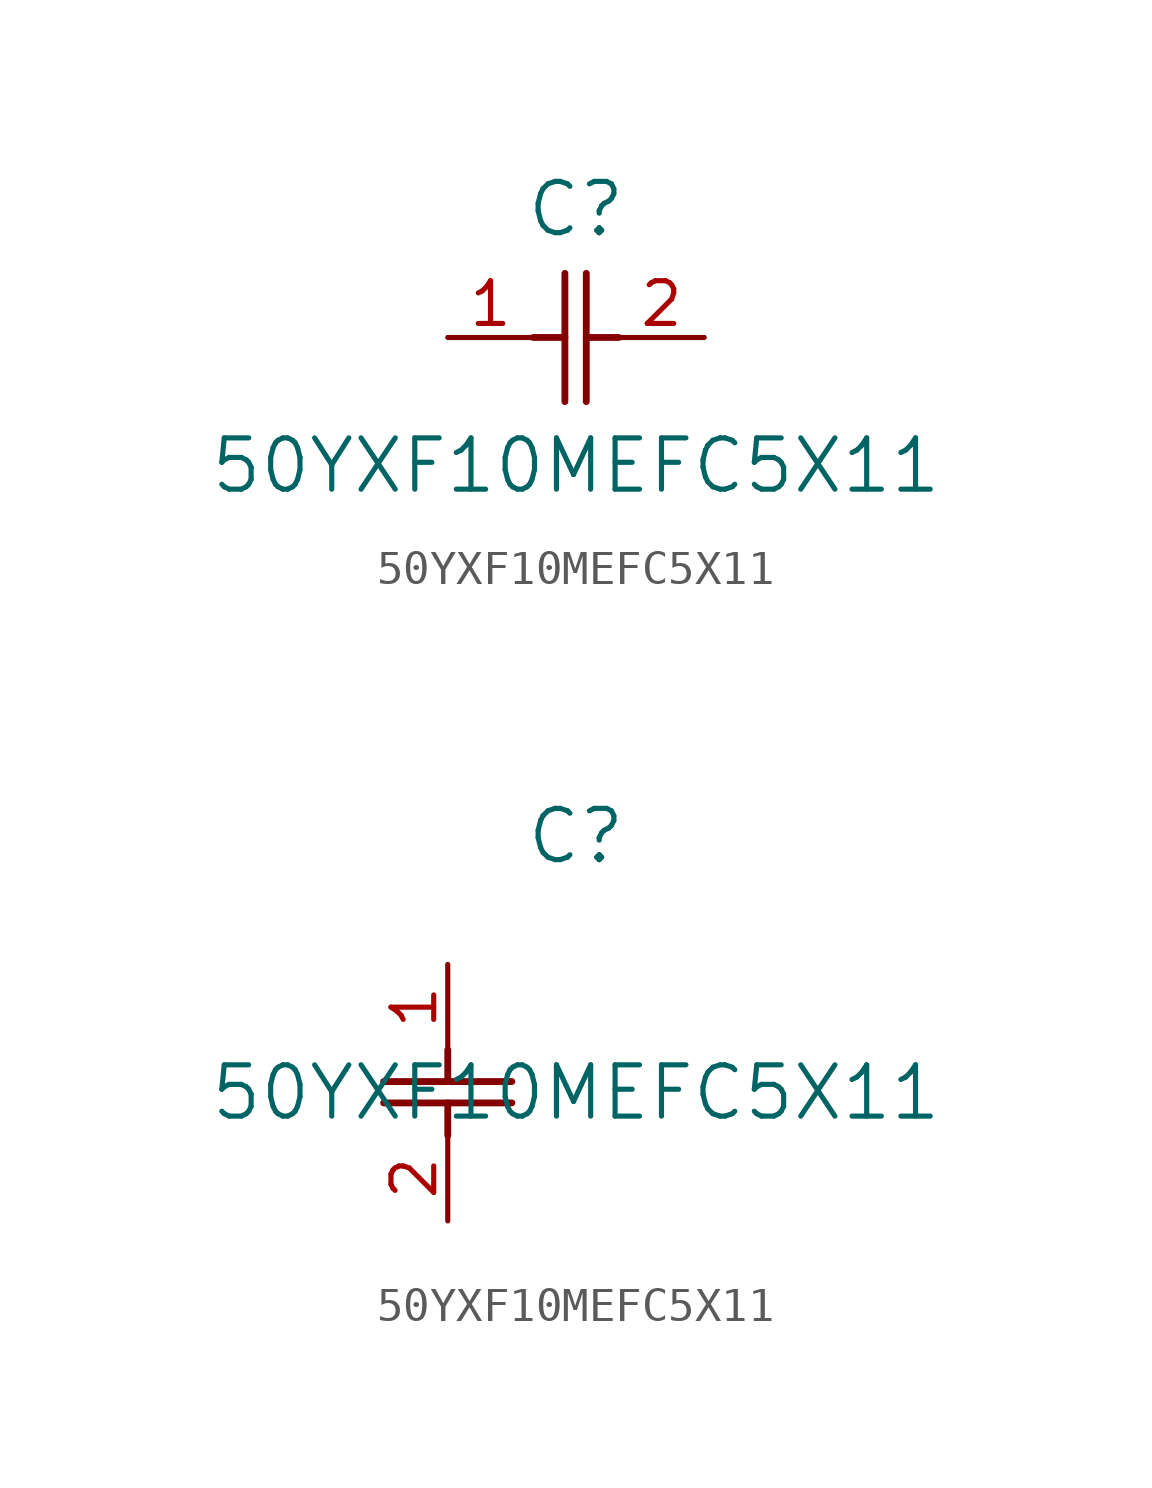
<source format=kicad_sym>
(kicad_symbol_lib
  (version 20211014)
  (generator kicad_symbol_editor)
  (symbol "50YXF10MEFC5X11"
    (pin_names
      (offset 0.254))
    (property "Reference" "C"
      (at 3.81 3.81 0)
      (effects (font (size 1.524 1.524))))
    (property "Value" "50YXF10MEFC5X11"
      (at 3.81 -3.81 0)
      (effects (font (size 1.524 1.524))))
    (symbol "50YXF10MEFC5X11_1_1"
      (polyline (pts (xy 3.48 -1.905) (xy 3.48 1.905)) (stroke (width 0.203) (type default) (color 0 0 0 0)) (fill (type none)))
      (polyline (pts (xy 4.115 -1.905) (xy 4.115 1.905)) (stroke (width 0.203) (type default) (color 0 0 0 0)) (fill (type none)))
      (polyline (pts (xy 4.115 0) (xy 5.08 0)) (stroke (width 0.203) (type default) (color 0 0 0 0)) (fill (type none)))
      (polyline (pts (xy 2.54 0) (xy 3.48 0)) (stroke (width 0.203) (type default) (color 0 0 0 0)) (fill (type none)))
      (pin unspecified line (at 0 0 0) (length 2.54) (name "" (effects (font (size 1.27 1.27)))) (number "1" (effects (font (size 1.27 1.27)))))
      (pin unspecified line (at 7.62 0 180) (length 2.54) (name "" (effects (font (size 1.27 1.27)))) (number "2" (effects (font (size 1.27 1.27))))))
    (symbol "50YXF10MEFC5X11_1_2"
      (polyline (pts (xy -1.905 -3.48) (xy 1.905 -3.48)) (stroke (width 0.203) (type default) (color 0 0 0 0)) (fill (type none)))
      (polyline (pts (xy -1.905 -4.115) (xy 1.905 -4.115)) (stroke (width 0.203) (type default) (color 0 0 0 0)) (fill (type none)))
      (polyline (pts (xy 0 -4.115) (xy 0 -5.08)) (stroke (width 0.203) (type default) (color 0 0 0 0)) (fill (type none)))
      (polyline (pts (xy 0 -2.54) (xy 0 -3.48)) (stroke (width 0.203) (type default) (color 0 0 0 0)) (fill (type none)))
      (pin unspecified line (at 0 0 270) (length 2.54) (name "" (effects (font (size 1.27 1.27)))) (number "1" (effects (font (size 1.27 1.27)))))
      (pin unspecified line (at 0 -7.62 90) (length 2.54) (name "" (effects (font (size 1.27 1.27)))) (number "2" (effects (font (size 1.27 1.27))))))))
</source>
